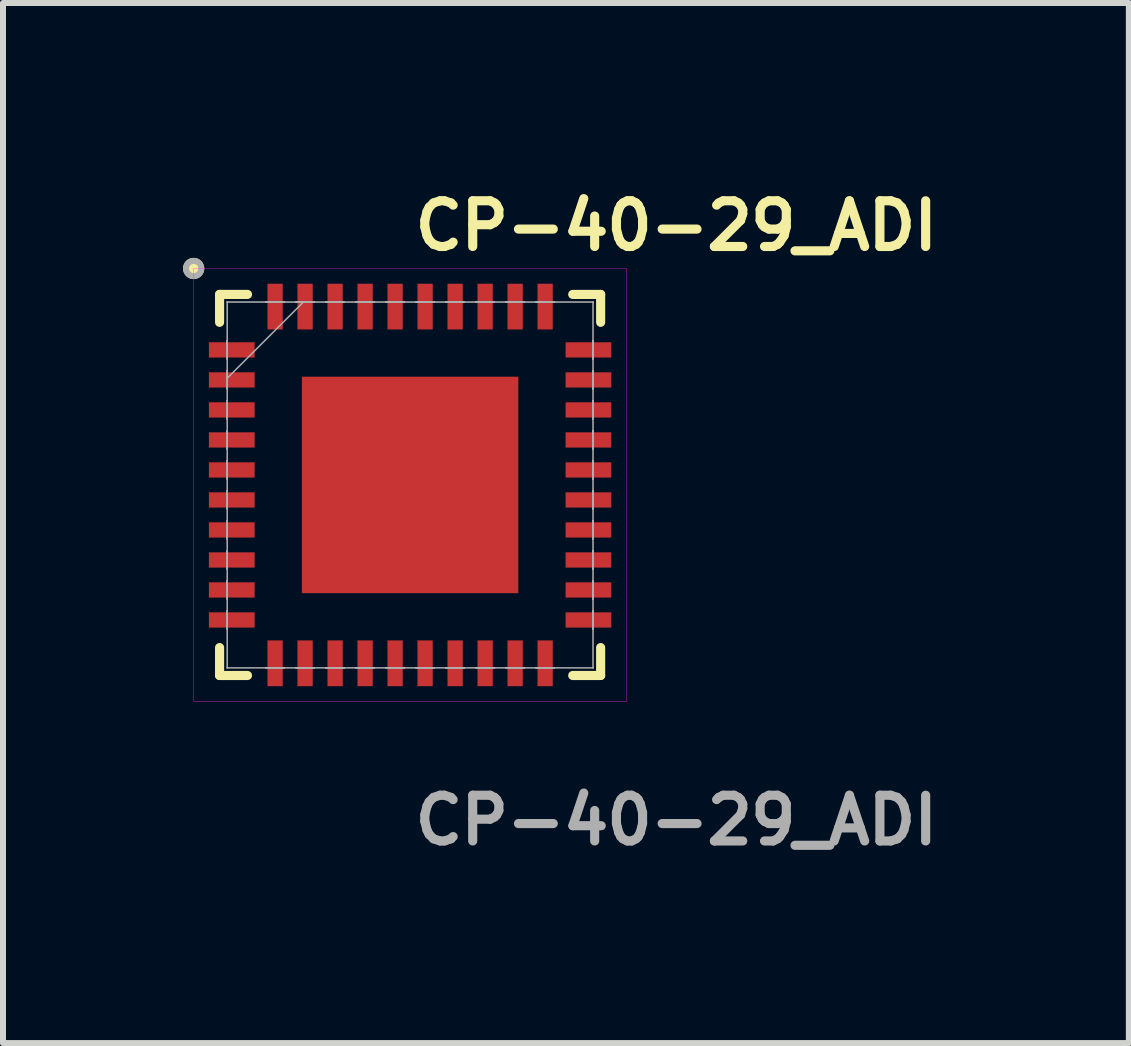
<source format=kicad_pcb>
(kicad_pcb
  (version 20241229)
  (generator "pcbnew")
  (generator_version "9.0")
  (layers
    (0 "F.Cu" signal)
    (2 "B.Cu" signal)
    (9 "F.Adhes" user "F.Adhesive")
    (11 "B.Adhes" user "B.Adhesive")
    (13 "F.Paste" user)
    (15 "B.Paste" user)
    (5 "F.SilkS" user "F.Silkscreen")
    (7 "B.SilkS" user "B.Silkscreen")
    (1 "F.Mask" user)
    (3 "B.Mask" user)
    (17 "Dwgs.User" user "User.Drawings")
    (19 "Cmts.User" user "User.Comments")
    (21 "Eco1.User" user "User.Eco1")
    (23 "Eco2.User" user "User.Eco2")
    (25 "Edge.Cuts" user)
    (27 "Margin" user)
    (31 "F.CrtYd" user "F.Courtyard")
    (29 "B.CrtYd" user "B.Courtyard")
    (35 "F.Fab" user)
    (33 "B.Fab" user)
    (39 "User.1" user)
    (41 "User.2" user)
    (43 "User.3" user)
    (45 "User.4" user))
  (footprint "CP-40-29_ADI"
    (layer "F.Cu")
    (at 3.784 5.031)
    (property "Reference" "CP-40-29_ADI" (at 0 -4.318 0) (unlocked yes) (layer "F.SilkS") (effects (font (size 0.762 0.762) (thickness 0.152) (bold yes)) (justify left)))
    (attr smd)
    (fp_line (start -3.175 -3.175) (end -3.175 -2.71) (stroke (width 0.152) (type solid)) (layer "F.SilkS"))
    (fp_line (start -3.175 2.71) (end -3.175 3.175) (stroke (width 0.152) (type solid)) (layer "F.SilkS"))
    (fp_line (start -3.175 3.175) (end -2.71 3.175) (stroke (width 0.152) (type solid)) (layer "F.SilkS"))
    (fp_line (start -2.71 -3.175) (end -3.175 -3.175) (stroke (width 0.152) (type solid)) (layer "F.SilkS"))
    (fp_line (start 2.71 3.175) (end 3.175 3.175) (stroke (width 0.152) (type solid)) (layer "F.SilkS"))
    (fp_line (start 3.175 -3.175) (end 2.71 -3.175) (stroke (width 0.152) (type solid)) (layer "F.SilkS"))
    (fp_line (start 3.175 -2.71) (end 3.175 -3.175) (stroke (width 0.152) (type solid)) (layer "F.SilkS"))
    (fp_line (start 3.175 3.175) (end 3.175 2.71) (stroke (width 0.152) (type solid)) (layer "F.SilkS"))
    (fp_circle (center -3.607 -3.607) (end -3.48 -3.607) (stroke (width 0.1) (type solid)) (fill yes) (layer "F.SilkS"))
    (fp_poly (pts (xy -1.703 -1.703) (xy -1.703 -0.1) (xy -0.1 -0.1) (xy -0.1 -1.703)) (stroke (width 0) (type solid)) (fill yes) (layer "F.Paste"))
    (fp_poly (pts (xy -1.703 0.1) (xy -1.703 1.703) (xy -0.1 1.703) (xy -0.1 0.1)) (stroke (width 0) (type solid)) (fill yes) (layer "F.Paste"))
    (fp_poly (pts (xy 0.1 -1.703) (xy 0.1 -0.1) (xy 1.703 -0.1) (xy 1.703 -1.703)) (stroke (width 0) (type solid)) (fill yes) (layer "F.Paste"))
    (fp_poly (pts (xy 0.1 0.1) (xy 0.1 1.703) (xy 1.703 1.703) (xy 1.703 0.1)) (stroke (width 0) (type solid)) (fill yes) (layer "F.Paste"))
    (fp_rect (start -3.607 -3.607) (end 3.607 3.607) (stroke (width 0.006) (type default)) (fill no) (layer "F.CrtYd"))
    (fp_line (start -3.048 -3.048) (end -3.048 -3.048) (stroke (width 0.025) (type solid)) (layer "F.Fab"))
    (fp_line (start -3.048 -3.048) (end -3.048 3.048) (stroke (width 0.025) (type solid)) (layer "F.Fab"))
    (fp_line (start -3.048 -2.402) (end -3.048 -2.402) (stroke (width 0.025) (type solid)) (layer "F.Fab"))
    (fp_line (start -3.048 -2.402) (end -3.048 -2.098) (stroke (width 0.025) (type solid)) (layer "F.Fab"))
    (fp_line (start -3.048 -2.098) (end -3.048 -2.402) (stroke (width 0.025) (type solid)) (layer "F.Fab"))
    (fp_line (start -3.048 -2.098) (end -3.048 -2.098) (stroke (width 0.025) (type solid)) (layer "F.Fab"))
    (fp_line (start -3.048 -1.902) (end -3.048 -1.902) (stroke (width 0.025) (type solid)) (layer "F.Fab"))
    (fp_line (start -3.048 -1.902) (end -3.048 -1.598) (stroke (width 0.025) (type solid)) (layer "F.Fab"))
    (fp_line (start -3.048 -1.778) (end -1.778 -3.048) (stroke (width 0.025) (type solid)) (layer "F.Fab"))
    (fp_line (start -3.048 -1.598) (end -3.048 -1.902) (stroke (width 0.025) (type solid)) (layer "F.Fab"))
    (fp_line (start -3.048 -1.598) (end -3.048 -1.598) (stroke (width 0.025) (type solid)) (layer "F.Fab"))
    (fp_line (start -3.048 -1.402) (end -3.048 -1.402) (stroke (width 0.025) (type solid)) (layer "F.Fab"))
    (fp_line (start -3.048 -1.402) (end -3.048 -1.098) (stroke (width 0.025) (type solid)) (layer "F.Fab"))
    (fp_line (start -3.048 -1.098) (end -3.048 -1.402) (stroke (width 0.025) (type solid)) (layer "F.Fab"))
    (fp_line (start -3.048 -1.098) (end -3.048 -1.098) (stroke (width 0.025) (type solid)) (layer "F.Fab"))
    (fp_line (start -3.048 -0.902) (end -3.048 -0.902) (stroke (width 0.025) (type solid)) (layer "F.Fab"))
    (fp_line (start -3.048 -0.902) (end -3.048 -0.598) (stroke (width 0.025) (type solid)) (layer "F.Fab"))
    (fp_line (start -3.048 -0.598) (end -3.048 -0.902) (stroke (width 0.025) (type solid)) (layer "F.Fab"))
    (fp_line (start -3.048 -0.598) (end -3.048 -0.598) (stroke (width 0.025) (type solid)) (layer "F.Fab"))
    (fp_line (start -3.048 -0.402) (end -3.048 -0.402) (stroke (width 0.025) (type solid)) (layer "F.Fab"))
    (fp_line (start -3.048 -0.402) (end -3.048 -0.098) (stroke (width 0.025) (type solid)) (layer "F.Fab"))
    (fp_line (start -3.048 -0.098) (end -3.048 -0.402) (stroke (width 0.025) (type solid)) (layer "F.Fab"))
    (fp_line (start -3.048 -0.098) (end -3.048 -0.098) (stroke (width 0.025) (type solid)) (layer "F.Fab"))
    (fp_line (start -3.048 0.098) (end -3.048 0.098) (stroke (width 0.025) (type solid)) (layer "F.Fab"))
    (fp_line (start -3.048 0.098) (end -3.048 0.402) (stroke (width 0.025) (type solid)) (layer "F.Fab"))
    (fp_line (start -3.048 0.402) (end -3.048 0.098) (stroke (width 0.025) (type solid)) (layer "F.Fab"))
    (fp_line (start -3.048 0.402) (end -3.048 0.402) (stroke (width 0.025) (type solid)) (layer "F.Fab"))
    (fp_line (start -3.048 0.598) (end -3.048 0.598) (stroke (width 0.025) (type solid)) (layer "F.Fab"))
    (fp_line (start -3.048 0.598) (end -3.048 0.902) (stroke (width 0.025) (type solid)) (layer "F.Fab"))
    (fp_line (start -3.048 0.902) (end -3.048 0.598) (stroke (width 0.025) (type solid)) (layer "F.Fab"))
    (fp_line (start -3.048 0.902) (end -3.048 0.902) (stroke (width 0.025) (type solid)) (layer "F.Fab"))
    (fp_line (start -3.048 1.098) (end -3.048 1.098) (stroke (width 0.025) (type solid)) (layer "F.Fab"))
    (fp_line (start -3.048 1.098) (end -3.048 1.402) (stroke (width 0.025) (type solid)) (layer "F.Fab"))
    (fp_line (start -3.048 1.402) (end -3.048 1.098) (stroke (width 0.025) (type solid)) (layer "F.Fab"))
    (fp_line (start -3.048 1.402) (end -3.048 1.402) (stroke (width 0.025) (type solid)) (layer "F.Fab"))
    (fp_line (start -3.048 1.598) (end -3.048 1.598) (stroke (width 0.025) (type solid)) (layer "F.Fab"))
    (fp_line (start -3.048 1.598) (end -3.048 1.902) (stroke (width 0.025) (type solid)) (layer "F.Fab"))
    (fp_line (start -3.048 1.902) (end -3.048 1.598) (stroke (width 0.025) (type solid)) (layer "F.Fab"))
    (fp_line (start -3.048 1.902) (end -3.048 1.902) (stroke (width 0.025) (type solid)) (layer "F.Fab"))
    (fp_line (start -3.048 2.098) (end -3.048 2.098) (stroke (width 0.025) (type solid)) (layer "F.Fab"))
    (fp_line (start -3.048 2.098) (end -3.048 2.402) (stroke (width 0.025) (type solid)) (layer "F.Fab"))
    (fp_line (start -3.048 2.402) (end -3.048 2.098) (stroke (width 0.025) (type solid)) (layer "F.Fab"))
    (fp_line (start -3.048 2.402) (end -3.048 2.402) (stroke (width 0.025) (type solid)) (layer "F.Fab"))
    (fp_line (start -3.048 3.048) (end -3.048 3.048) (stroke (width 0.025) (type solid)) (layer "F.Fab"))
    (fp_line (start -3.048 3.048) (end 3.048 3.048) (stroke (width 0.025) (type solid)) (layer "F.Fab"))
    (fp_line (start -2.402 -3.048) (end -2.402 -3.048) (stroke (width 0.025) (type solid)) (layer "F.Fab"))
    (fp_line (start -2.402 -3.048) (end -2.098 -3.048) (stroke (width 0.025) (type solid)) (layer "F.Fab"))
    (fp_line (start -2.402 3.048) (end -2.402 3.048) (stroke (width 0.025) (type solid)) (layer "F.Fab"))
    (fp_line (start -2.402 3.048) (end -2.098 3.048) (stroke (width 0.025) (type solid)) (layer "F.Fab"))
    (fp_line (start -2.098 -3.048) (end -2.402 -3.048) (stroke (width 0.025) (type solid)) (layer "F.Fab"))
    (fp_line (start -2.098 -3.048) (end -2.098 -3.048) (stroke (width 0.025) (type solid)) (layer "F.Fab"))
    (fp_line (start -2.098 3.048) (end -2.402 3.048) (stroke (width 0.025) (type solid)) (layer "F.Fab"))
    (fp_line (start -2.098 3.048) (end -2.098 3.048) (stroke (width 0.025) (type solid)) (layer "F.Fab"))
    (fp_line (start -1.902 -3.048) (end -1.902 -3.048) (stroke (width 0.025) (type solid)) (layer "F.Fab"))
    (fp_line (start -1.902 -3.048) (end -1.598 -3.048) (stroke (width 0.025) (type solid)) (layer "F.Fab"))
    (fp_line (start -1.902 3.048) (end -1.902 3.048) (stroke (width 0.025) (type solid)) (layer "F.Fab"))
    (fp_line (start -1.902 3.048) (end -1.598 3.048) (stroke (width 0.025) (type solid)) (layer "F.Fab"))
    (fp_line (start -1.598 -3.048) (end -1.902 -3.048) (stroke (width 0.025) (type solid)) (layer "F.Fab"))
    (fp_line (start -1.598 -3.048) (end -1.598 -3.048) (stroke (width 0.025) (type solid)) (layer "F.Fab"))
    (fp_line (start -1.598 3.048) (end -1.902 3.048) (stroke (width 0.025) (type solid)) (layer "F.Fab"))
    (fp_line (start -1.598 3.048) (end -1.598 3.048) (stroke (width 0.025) (type solid)) (layer "F.Fab"))
    (fp_line (start -1.402 -3.048) (end -1.402 -3.048) (stroke (width 0.025) (type solid)) (layer "F.Fab"))
    (fp_line (start -1.402 -3.048) (end -1.098 -3.048) (stroke (width 0.025) (type solid)) (layer "F.Fab"))
    (fp_line (start -1.402 3.048) (end -1.402 3.048) (stroke (width 0.025) (type solid)) (layer "F.Fab"))
    (fp_line (start -1.402 3.048) (end -1.098 3.048) (stroke (width 0.025) (type solid)) (layer "F.Fab"))
    (fp_line (start -1.098 -3.048) (end -1.402 -3.048) (stroke (width 0.025) (type solid)) (layer "F.Fab"))
    (fp_line (start -1.098 -3.048) (end -1.098 -3.048) (stroke (width 0.025) (type solid)) (layer "F.Fab"))
    (fp_line (start -1.098 3.048) (end -1.402 3.048) (stroke (width 0.025) (type solid)) (layer "F.Fab"))
    (fp_line (start -1.098 3.048) (end -1.098 3.048) (stroke (width 0.025) (type solid)) (layer "F.Fab"))
    (fp_line (start -0.902 -3.048) (end -0.902 -3.048) (stroke (width 0.025) (type solid)) (layer "F.Fab"))
    (fp_line (start -0.902 -3.048) (end -0.598 -3.048) (stroke (width 0.025) (type solid)) (layer "F.Fab"))
    (fp_line (start -0.902 3.048) (end -0.902 3.048) (stroke (width 0.025) (type solid)) (layer "F.Fab"))
    (fp_line (start -0.902 3.048) (end -0.598 3.048) (stroke (width 0.025) (type solid)) (layer "F.Fab"))
    (fp_line (start -0.598 -3.048) (end -0.902 -3.048) (stroke (width 0.025) (type solid)) (layer "F.Fab"))
    (fp_line (start -0.598 -3.048) (end -0.598 -3.048) (stroke (width 0.025) (type solid)) (layer "F.Fab"))
    (fp_line (start -0.598 3.048) (end -0.902 3.048) (stroke (width 0.025) (type solid)) (layer "F.Fab"))
    (fp_line (start -0.598 3.048) (end -0.598 3.048) (stroke (width 0.025) (type solid)) (layer "F.Fab"))
    (fp_line (start -0.402 -3.048) (end -0.402 -3.048) (stroke (width 0.025) (type solid)) (layer "F.Fab"))
    (fp_line (start -0.402 -3.048) (end -0.098 -3.048) (stroke (width 0.025) (type solid)) (layer "F.Fab"))
    (fp_line (start -0.402 3.048) (end -0.402 3.048) (stroke (width 0.025) (type solid)) (layer "F.Fab"))
    (fp_line (start -0.402 3.048) (end -0.098 3.048) (stroke (width 0.025) (type solid)) (layer "F.Fab"))
    (fp_line (start -0.098 -3.048) (end -0.402 -3.048) (stroke (width 0.025) (type solid)) (layer "F.Fab"))
    (fp_line (start -0.098 -3.048) (end -0.098 -3.048) (stroke (width 0.025) (type solid)) (layer "F.Fab"))
    (fp_line (start -0.098 3.048) (end -0.402 3.048) (stroke (width 0.025) (type solid)) (layer "F.Fab"))
    (fp_line (start -0.098 3.048) (end -0.098 3.048) (stroke (width 0.025) (type solid)) (layer "F.Fab"))
    (fp_line (start 0.098 -3.048) (end 0.098 -3.048) (stroke (width 0.025) (type solid)) (layer "F.Fab"))
    (fp_line (start 0.098 -3.048) (end 0.402 -3.048) (stroke (width 0.025) (type solid)) (layer "F.Fab"))
    (fp_line (start 0.098 3.048) (end 0.098 3.048) (stroke (width 0.025) (type solid)) (layer "F.Fab"))
    (fp_line (start 0.098 3.048) (end 0.402 3.048) (stroke (width 0.025) (type solid)) (layer "F.Fab"))
    (fp_line (start 0.402 -3.048) (end 0.098 -3.048) (stroke (width 0.025) (type solid)) (layer "F.Fab"))
    (fp_line (start 0.402 -3.048) (end 0.402 -3.048) (stroke (width 0.025) (type solid)) (layer "F.Fab"))
    (fp_line (start 0.402 3.048) (end 0.098 3.048) (stroke (width 0.025) (type solid)) (layer "F.Fab"))
    (fp_line (start 0.402 3.048) (end 0.402 3.048) (stroke (width 0.025) (type solid)) (layer "F.Fab"))
    (fp_line (start 0.598 -3.048) (end 0.598 -3.048) (stroke (width 0.025) (type solid)) (layer "F.Fab"))
    (fp_line (start 0.598 -3.048) (end 0.902 -3.048) (stroke (width 0.025) (type solid)) (layer "F.Fab"))
    (fp_line (start 0.598 3.048) (end 0.598 3.048) (stroke (width 0.025) (type solid)) (layer "F.Fab"))
    (fp_line (start 0.598 3.048) (end 0.902 3.048) (stroke (width 0.025) (type solid)) (layer "F.Fab"))
    (fp_line (start 0.902 -3.048) (end 0.598 -3.048) (stroke (width 0.025) (type solid)) (layer "F.Fab"))
    (fp_line (start 0.902 -3.048) (end 0.902 -3.048) (stroke (width 0.025) (type solid)) (layer "F.Fab"))
    (fp_line (start 0.902 3.048) (end 0.598 3.048) (stroke (width 0.025) (type solid)) (layer "F.Fab"))
    (fp_line (start 0.902 3.048) (end 0.902 3.048) (stroke (width 0.025) (type solid)) (layer "F.Fab"))
    (fp_line (start 1.098 -3.048) (end 1.098 -3.048) (stroke (width 0.025) (type solid)) (layer "F.Fab"))
    (fp_line (start 1.098 -3.048) (end 1.402 -3.048) (stroke (width 0.025) (type solid)) (layer "F.Fab"))
    (fp_line (start 1.098 3.048) (end 1.098 3.048) (stroke (width 0.025) (type solid)) (layer "F.Fab"))
    (fp_line (start 1.098 3.048) (end 1.402 3.048) (stroke (width 0.025) (type solid)) (layer "F.Fab"))
    (fp_line (start 1.402 -3.048) (end 1.098 -3.048) (stroke (width 0.025) (type solid)) (layer "F.Fab"))
    (fp_line (start 1.402 -3.048) (end 1.402 -3.048) (stroke (width 0.025) (type solid)) (layer "F.Fab"))
    (fp_line (start 1.402 3.048) (end 1.098 3.048) (stroke (width 0.025) (type solid)) (layer "F.Fab"))
    (fp_line (start 1.402 3.048) (end 1.402 3.048) (stroke (width 0.025) (type solid)) (layer "F.Fab"))
    (fp_line (start 1.598 -3.048) (end 1.598 -3.048) (stroke (width 0.025) (type solid)) (layer "F.Fab"))
    (fp_line (start 1.598 -3.048) (end 1.902 -3.048) (stroke (width 0.025) (type solid)) (layer "F.Fab"))
    (fp_line (start 1.598 3.048) (end 1.598 3.048) (stroke (width 0.025) (type solid)) (layer "F.Fab"))
    (fp_line (start 1.598 3.048) (end 1.902 3.048) (stroke (width 0.025) (type solid)) (layer "F.Fab"))
    (fp_line (start 1.902 -3.048) (end 1.598 -3.048) (stroke (width 0.025) (type solid)) (layer "F.Fab"))
    (fp_line (start 1.902 -3.048) (end 1.902 -3.048) (stroke (width 0.025) (type solid)) (layer "F.Fab"))
    (fp_line (start 1.902 3.048) (end 1.598 3.048) (stroke (width 0.025) (type solid)) (layer "F.Fab"))
    (fp_line (start 1.902 3.048) (end 1.902 3.048) (stroke (width 0.025) (type solid)) (layer "F.Fab"))
    (fp_line (start 2.098 -3.048) (end 2.098 -3.048) (stroke (width 0.025) (type solid)) (layer "F.Fab"))
    (fp_line (start 2.098 -3.048) (end 2.402 -3.048) (stroke (width 0.025) (type solid)) (layer "F.Fab"))
    (fp_line (start 2.098 3.048) (end 2.098 3.048) (stroke (width 0.025) (type solid)) (layer "F.Fab"))
    (fp_line (start 2.098 3.048) (end 2.402 3.048) (stroke (width 0.025) (type solid)) (layer "F.Fab"))
    (fp_line (start 2.402 -3.048) (end 2.098 -3.048) (stroke (width 0.025) (type solid)) (layer "F.Fab"))
    (fp_line (start 2.402 -3.048) (end 2.402 -3.048) (stroke (width 0.025) (type solid)) (layer "F.Fab"))
    (fp_line (start 2.402 3.048) (end 2.098 3.048) (stroke (width 0.025) (type solid)) (layer "F.Fab"))
    (fp_line (start 2.402 3.048) (end 2.402 3.048) (stroke (width 0.025) (type solid)) (layer "F.Fab"))
    (fp_line (start 3.048 -3.048) (end -3.048 -3.048) (stroke (width 0.025) (type solid)) (layer "F.Fab"))
    (fp_line (start 3.048 -3.048) (end 3.048 -3.048) (stroke (width 0.025) (type solid)) (layer "F.Fab"))
    (fp_line (start 3.048 -2.402) (end 3.048 -2.402) (stroke (width 0.025) (type solid)) (layer "F.Fab"))
    (fp_line (start 3.048 -2.402) (end 3.048 -2.098) (stroke (width 0.025) (type solid)) (layer "F.Fab"))
    (fp_line (start 3.048 -2.098) (end 3.048 -2.402) (stroke (width 0.025) (type solid)) (layer "F.Fab"))
    (fp_line (start 3.048 -2.098) (end 3.048 -2.098) (stroke (width 0.025) (type solid)) (layer "F.Fab"))
    (fp_line (start 3.048 -1.902) (end 3.048 -1.902) (stroke (width 0.025) (type solid)) (layer "F.Fab"))
    (fp_line (start 3.048 -1.902) (end 3.048 -1.598) (stroke (width 0.025) (type solid)) (layer "F.Fab"))
    (fp_line (start 3.048 -1.598) (end 3.048 -1.902) (stroke (width 0.025) (type solid)) (layer "F.Fab"))
    (fp_line (start 3.048 -1.598) (end 3.048 -1.598) (stroke (width 0.025) (type solid)) (layer "F.Fab"))
    (fp_line (start 3.048 -1.402) (end 3.048 -1.402) (stroke (width 0.025) (type solid)) (layer "F.Fab"))
    (fp_line (start 3.048 -1.402) (end 3.048 -1.098) (stroke (width 0.025) (type solid)) (layer "F.Fab"))
    (fp_line (start 3.048 -1.098) (end 3.048 -1.402) (stroke (width 0.025) (type solid)) (layer "F.Fab"))
    (fp_line (start 3.048 -1.098) (end 3.048 -1.098) (stroke (width 0.025) (type solid)) (layer "F.Fab"))
    (fp_line (start 3.048 -0.902) (end 3.048 -0.902) (stroke (width 0.025) (type solid)) (layer "F.Fab"))
    (fp_line (start 3.048 -0.902) (end 3.048 -0.598) (stroke (width 0.025) (type solid)) (layer "F.Fab"))
    (fp_line (start 3.048 -0.598) (end 3.048 -0.902) (stroke (width 0.025) (type solid)) (layer "F.Fab"))
    (fp_line (start 3.048 -0.598) (end 3.048 -0.598) (stroke (width 0.025) (type solid)) (layer "F.Fab"))
    (fp_line (start 3.048 -0.402) (end 3.048 -0.402) (stroke (width 0.025) (type solid)) (layer "F.Fab"))
    (fp_line (start 3.048 -0.402) (end 3.048 -0.098) (stroke (width 0.025) (type solid)) (layer "F.Fab"))
    (fp_line (start 3.048 -0.098) (end 3.048 -0.402) (stroke (width 0.025) (type solid)) (layer "F.Fab"))
    (fp_line (start 3.048 -0.098) (end 3.048 -0.098) (stroke (width 0.025) (type solid)) (layer "F.Fab"))
    (fp_line (start 3.048 0.098) (end 3.048 0.098) (stroke (width 0.025) (type solid)) (layer "F.Fab"))
    (fp_line (start 3.048 0.098) (end 3.048 0.402) (stroke (width 0.025) (type solid)) (layer "F.Fab"))
    (fp_line (start 3.048 0.402) (end 3.048 0.098) (stroke (width 0.025) (type solid)) (layer "F.Fab"))
    (fp_line (start 3.048 0.402) (end 3.048 0.402) (stroke (width 0.025) (type solid)) (layer "F.Fab"))
    (fp_line (start 3.048 0.598) (end 3.048 0.598) (stroke (width 0.025) (type solid)) (layer "F.Fab"))
    (fp_line (start 3.048 0.598) (end 3.048 0.902) (stroke (width 0.025) (type solid)) (layer "F.Fab"))
    (fp_line (start 3.048 0.902) (end 3.048 0.598) (stroke (width 0.025) (type solid)) (layer "F.Fab"))
    (fp_line (start 3.048 0.902) (end 3.048 0.902) (stroke (width 0.025) (type solid)) (layer "F.Fab"))
    (fp_line (start 3.048 1.098) (end 3.048 1.098) (stroke (width 0.025) (type solid)) (layer "F.Fab"))
    (fp_line (start 3.048 1.098) (end 3.048 1.402) (stroke (width 0.025) (type solid)) (layer "F.Fab"))
    (fp_line (start 3.048 1.402) (end 3.048 1.098) (stroke (width 0.025) (type solid)) (layer "F.Fab"))
    (fp_line (start 3.048 1.402) (end 3.048 1.402) (stroke (width 0.025) (type solid)) (layer "F.Fab"))
    (fp_line (start 3.048 1.598) (end 3.048 1.598) (stroke (width 0.025) (type solid)) (layer "F.Fab"))
    (fp_line (start 3.048 1.598) (end 3.048 1.902) (stroke (width 0.025) (type solid)) (layer "F.Fab"))
    (fp_line (start 3.048 1.902) (end 3.048 1.598) (stroke (width 0.025) (type solid)) (layer "F.Fab"))
    (fp_line (start 3.048 1.902) (end 3.048 1.902) (stroke (width 0.025) (type solid)) (layer "F.Fab"))
    (fp_line (start 3.048 2.098) (end 3.048 2.098) (stroke (width 0.025) (type solid)) (layer "F.Fab"))
    (fp_line (start 3.048 2.098) (end 3.048 2.402) (stroke (width 0.025) (type solid)) (layer "F.Fab"))
    (fp_line (start 3.048 2.402) (end 3.048 2.098) (stroke (width 0.025) (type solid)) (layer "F.Fab"))
    (fp_line (start 3.048 2.402) (end 3.048 2.402) (stroke (width 0.025) (type solid)) (layer "F.Fab"))
    (fp_line (start 3.048 3.048) (end 3.048 -3.048) (stroke (width 0.025) (type solid)) (layer "F.Fab"))
    (fp_line (start 3.048 3.048) (end 3.048 3.048) (stroke (width 0.025) (type solid)) (layer "F.Fab"))
    (fp_circle (center -3.607 -3.607) (end -3.48 -3.607) (stroke (width 0.1) (type solid)) (fill no) (layer "F.Fab"))
    (fp_text user "${REFERENCE}" (at 0 5.588 0) (unlocked yes) (layer "F.Fab") (effects (font (size 0.762 0.762) (thickness 0.152) (bold yes)) (justify left)))
    (pad "1" smd rect (at -2.972 -2.25 90) (size 0.254 0.762) (layers "F.Cu" "F.Mask" "F.Paste"))
    (pad "2" smd rect (at -2.972 -1.75 90) (size 0.254 0.762) (layers "F.Cu" "F.Mask" "F.Paste"))
    (pad "3" smd rect (at -2.972 -1.25 90) (size 0.254 0.762) (layers "F.Cu" "F.Mask" "F.Paste"))
    (pad "4" smd rect (at -2.972 -0.75 90) (size 0.254 0.762) (layers "F.Cu" "F.Mask" "F.Paste"))
    (pad "5" smd rect (at -2.972 -0.25 90) (size 0.254 0.762) (layers "F.Cu" "F.Mask" "F.Paste"))
    (pad "6" smd rect (at -2.972 0.25 90) (size 0.254 0.762) (layers "F.Cu" "F.Mask" "F.Paste"))
    (pad "7" smd rect (at -2.972 0.75 90) (size 0.254 0.762) (layers "F.Cu" "F.Mask" "F.Paste"))
    (pad "8" smd rect (at -2.972 1.25 90) (size 0.254 0.762) (layers "F.Cu" "F.Mask" "F.Paste"))
    (pad "9" smd rect (at -2.972 1.75 90) (size 0.254 0.762) (layers "F.Cu" "F.Mask" "F.Paste"))
    (pad "10" smd rect (at -2.972 2.25 90) (size 0.254 0.762) (layers "F.Cu" "F.Mask" "F.Paste"))
    (pad "11" smd rect (at -2.25 2.972) (size 0.254 0.762) (layers "F.Cu" "F.Mask" "F.Paste"))
    (pad "12" smd rect (at -1.75 2.972) (size 0.254 0.762) (layers "F.Cu" "F.Mask" "F.Paste"))
    (pad "13" smd rect (at -1.25 2.972) (size 0.254 0.762) (layers "F.Cu" "F.Mask" "F.Paste"))
    (pad "14" smd rect (at -0.75 2.972) (size 0.254 0.762) (layers "F.Cu" "F.Mask" "F.Paste"))
    (pad "15" smd rect (at -0.25 2.972) (size 0.254 0.762) (layers "F.Cu" "F.Mask" "F.Paste"))
    (pad "16" smd rect (at 0.25 2.972) (size 0.254 0.762) (layers "F.Cu" "F.Mask" "F.Paste"))
    (pad "17" smd rect (at 0.75 2.972) (size 0.254 0.762) (layers "F.Cu" "F.Mask" "F.Paste"))
    (pad "18" smd rect (at 1.25 2.972) (size 0.254 0.762) (layers "F.Cu" "F.Mask" "F.Paste"))
    (pad "19" smd rect (at 1.75 2.972) (size 0.254 0.762) (layers "F.Cu" "F.Mask" "F.Paste"))
    (pad "20" smd rect (at 2.25 2.972) (size 0.254 0.762) (layers "F.Cu" "F.Mask" "F.Paste"))
    (pad "21" smd rect (at 2.972 2.25 90) (size 0.254 0.762) (layers "F.Cu" "F.Mask" "F.Paste"))
    (pad "22" smd rect (at 2.972 1.75 90) (size 0.254 0.762) (layers "F.Cu" "F.Mask" "F.Paste"))
    (pad "23" smd rect (at 2.972 1.25 90) (size 0.254 0.762) (layers "F.Cu" "F.Mask" "F.Paste"))
    (pad "24" smd rect (at 2.972 0.75 90) (size 0.254 0.762) (layers "F.Cu" "F.Mask" "F.Paste"))
    (pad "25" smd rect (at 2.972 0.25 90) (size 0.254 0.762) (layers "F.Cu" "F.Mask" "F.Paste"))
    (pad "26" smd rect (at 2.972 -0.25 90) (size 0.254 0.762) (layers "F.Cu" "F.Mask" "F.Paste"))
    (pad "27" smd rect (at 2.972 -0.75 90) (size 0.254 0.762) (layers "F.Cu" "F.Mask" "F.Paste"))
    (pad "28" smd rect (at 2.972 -1.25 90) (size 0.254 0.762) (layers "F.Cu" "F.Mask" "F.Paste"))
    (pad "29" smd rect (at 2.972 -1.75 90) (size 0.254 0.762) (layers "F.Cu" "F.Mask" "F.Paste"))
    (pad "30" smd rect (at 2.972 -2.25 90) (size 0.254 0.762) (layers "F.Cu" "F.Mask" "F.Paste"))
    (pad "31" smd rect (at 2.25 -2.972) (size 0.254 0.762) (layers "F.Cu" "F.Mask" "F.Paste"))
    (pad "32" smd rect (at 1.75 -2.972) (size 0.254 0.762) (layers "F.Cu" "F.Mask" "F.Paste"))
    (pad "33" smd rect (at 1.25 -2.972) (size 0.254 0.762) (layers "F.Cu" "F.Mask" "F.Paste"))
    (pad "34" smd rect (at 0.75 -2.972) (size 0.254 0.762) (layers "F.Cu" "F.Mask" "F.Paste"))
    (pad "35" smd rect (at 0.25 -2.972) (size 0.254 0.762) (layers "F.Cu" "F.Mask" "F.Paste"))
    (pad "36" smd rect (at -0.25 -2.972) (size 0.254 0.762) (layers "F.Cu" "F.Mask" "F.Paste"))
    (pad "37" smd rect (at -0.75 -2.972) (size 0.254 0.762) (layers "F.Cu" "F.Mask" "F.Paste"))
    (pad "38" smd rect (at -1.25 -2.972) (size 0.254 0.762) (layers "F.Cu" "F.Mask" "F.Paste"))
    (pad "39" smd rect (at -1.75 -2.972) (size 0.254 0.762) (layers "F.Cu" "F.Mask" "F.Paste"))
    (pad "40" smd rect (at -2.25 -2.972) (size 0.254 0.762) (layers "F.Cu" "F.Mask" "F.Paste"))
    (pad "41" smd rect (at 0 0) (size 3.607 3.607) (layers "F.Cu" "F.Mask" "F.Paste")))
  (gr_rect
    (start -3 -3)
    (end 15.761 14.332)
    (stroke (width 0.1) (type default))
    (fill no)
    (layer "Edge.Cuts")))
</source>
